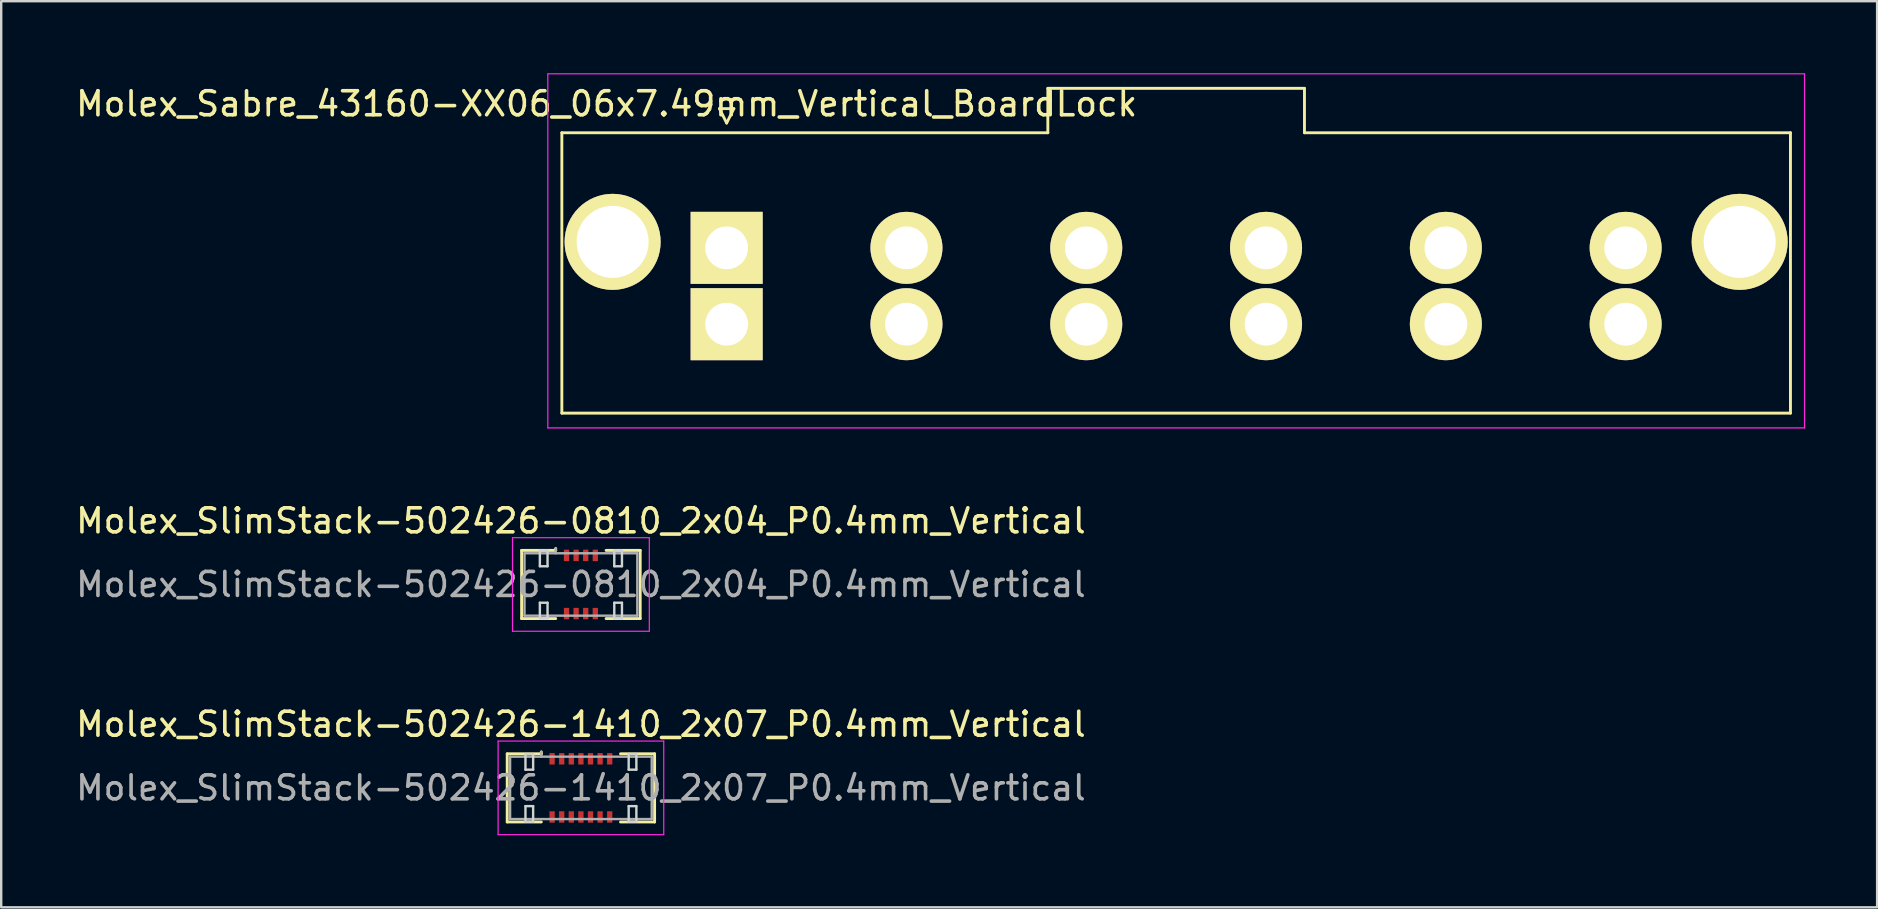
<source format=kicad_pcb>
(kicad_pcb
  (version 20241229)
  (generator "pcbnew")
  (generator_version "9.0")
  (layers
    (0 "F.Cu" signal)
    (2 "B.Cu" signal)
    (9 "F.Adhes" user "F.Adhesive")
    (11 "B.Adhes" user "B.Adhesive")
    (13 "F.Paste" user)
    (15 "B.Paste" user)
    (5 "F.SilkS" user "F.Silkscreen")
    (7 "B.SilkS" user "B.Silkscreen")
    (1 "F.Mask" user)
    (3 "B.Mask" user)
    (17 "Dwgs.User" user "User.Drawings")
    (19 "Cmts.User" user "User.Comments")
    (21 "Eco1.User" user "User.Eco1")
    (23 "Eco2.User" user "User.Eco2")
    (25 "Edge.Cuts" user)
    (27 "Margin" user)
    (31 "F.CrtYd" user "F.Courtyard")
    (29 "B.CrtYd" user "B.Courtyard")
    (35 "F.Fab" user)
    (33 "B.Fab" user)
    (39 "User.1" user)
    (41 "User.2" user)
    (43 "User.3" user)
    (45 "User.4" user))
  (footprint "Molex_SlimStack-502426-0810_2x04_P0.4mm_Vertical"
    (layer "F.Cu")
    (at 21.149 21.298)
    (property "Reference" "Molex_SlimStack-502426-0810_2x04_P0.4mm_Vertical" (at 0 -2.65 0) (layer "F.SilkS") (effects (font (size 1 1) (thickness 0.15))))
    (attr smd)
    (fp_line (start -2.47 -1.42) (end -1.05 -1.42) (stroke (width 0.12) (type solid)) (layer "F.SilkS"))
    (fp_line (start -2.47 1.42) (end -2.47 -1.42) (stroke (width 0.12) (type solid)) (layer "F.SilkS"))
    (fp_line (start -1.05 -1.42) (end -1.05 -1.5) (stroke (width 0.12) (type solid)) (layer "F.SilkS"))
    (fp_line (start -1.05 1.42) (end -2.47 1.42) (stroke (width 0.12) (type solid)) (layer "F.SilkS"))
    (fp_line (start 1.05 1.42) (end 2.47 1.42) (stroke (width 0.12) (type solid)) (layer "F.SilkS"))
    (fp_line (start 2.47 -1.42) (end 1.05 -1.42) (stroke (width 0.12) (type solid)) (layer "F.SilkS"))
    (fp_line (start 2.47 1.42) (end 2.47 -1.42) (stroke (width 0.12) (type solid)) (layer "F.SilkS"))
    (fp_line (start -1.71 -1.41) (end -1.71 -0.76) (stroke (width 0.1) (type solid)) (layer "Edge.Cuts"))
    (fp_line (start -1.71 -0.76) (end -1.39 -0.76) (stroke (width 0.1) (type solid)) (layer "Edge.Cuts"))
    (fp_line (start -1.71 0.76) (end -1.71 1.41) (stroke (width 0.1) (type solid)) (layer "Edge.Cuts"))
    (fp_line (start -1.71 1.41) (end -1.39 1.41) (stroke (width 0.1) (type solid)) (layer "Edge.Cuts"))
    (fp_line (start -1.39 -1.41) (end -1.71 -1.41) (stroke (width 0.1) (type solid)) (layer "Edge.Cuts"))
    (fp_line (start -1.39 -0.76) (end -1.39 -1.41) (stroke (width 0.1) (type solid)) (layer "Edge.Cuts"))
    (fp_line (start -1.39 0.76) (end -1.71 0.76) (stroke (width 0.1) (type solid)) (layer "Edge.Cuts"))
    (fp_line (start -1.39 1.41) (end -1.39 0.76) (stroke (width 0.1) (type solid)) (layer "Edge.Cuts"))
    (fp_line (start 1.39 -1.41) (end 1.39 -0.76) (stroke (width 0.1) (type solid)) (layer "Edge.Cuts"))
    (fp_line (start 1.39 -0.76) (end 1.71 -0.76) (stroke (width 0.1) (type solid)) (layer "Edge.Cuts"))
    (fp_line (start 1.39 0.76) (end 1.39 1.41) (stroke (width 0.1) (type solid)) (layer "Edge.Cuts"))
    (fp_line (start 1.39 1.41) (end 1.71 1.41) (stroke (width 0.1) (type solid)) (layer "Edge.Cuts"))
    (fp_line (start 1.71 -1.41) (end 1.39 -1.41) (stroke (width 0.1) (type solid)) (layer "Edge.Cuts"))
    (fp_line (start 1.71 -0.76) (end 1.71 -1.41) (stroke (width 0.1) (type solid)) (layer "Edge.Cuts"))
    (fp_line (start 1.71 0.76) (end 1.39 0.76) (stroke (width 0.1) (type solid)) (layer "Edge.Cuts"))
    (fp_line (start 1.71 1.41) (end 1.71 0.76) (stroke (width 0.1) (type solid)) (layer "Edge.Cuts"))
    (fp_line (start -2.85 -1.95) (end -2.85 1.95) (stroke (width 0.05) (type solid)) (layer "F.CrtYd"))
    (fp_line (start -2.85 1.95) (end 2.85 1.95) (stroke (width 0.05) (type solid)) (layer "F.CrtYd"))
    (fp_line (start 2.85 -1.95) (end -2.85 -1.95) (stroke (width 0.05) (type solid)) (layer "F.CrtYd"))
    (fp_line (start 2.85 1.95) (end 2.85 -1.95) (stroke (width 0.05) (type solid)) (layer "F.CrtYd"))
    (fp_line (start -2.35 -1.3) (end -2.35 1.3) (stroke (width 0.1) (type solid)) (layer "F.Fab"))
    (fp_line (start -2.35 1.3) (end 2.35 1.3) (stroke (width 0.1) (type solid)) (layer "F.Fab"))
    (fp_line (start -1.05 -1.3) (end -1.05 -1.5) (stroke (width 0.1) (type solid)) (layer "F.Fab"))
    (fp_line (start 2.35 -1.3) (end -2.35 -1.3) (stroke (width 0.1) (type solid)) (layer "F.Fab"))
    (fp_line (start 2.35 1.3) (end 2.35 -1.3) (stroke (width 0.1) (type solid)) (layer "F.Fab"))
    (fp_text user "${REFERENCE}" (at 0 0 0) (layer "F.Fab") (effects (font (size 1 1) (thickness 0.15))))
    (pad "1" smd rect (at 0.6 -1.212) (size 0.22 0.475) (layers "F.Cu" "F.Mask" "F.Paste"))
    (pad "2" smd rect (at 0.6 1.212) (size 0.22 0.475) (layers "F.Cu" "F.Mask" "F.Paste"))
    (pad "3" smd rect (at 0.2 -1.212) (size 0.22 0.475) (layers "F.Cu" "F.Mask" "F.Paste"))
    (pad "4" smd rect (at 0.2 1.212) (size 0.22 0.475) (layers "F.Cu" "F.Mask" "F.Paste"))
    (pad "5" smd rect (at -0.2 -1.212) (size 0.22 0.475) (layers "F.Cu" "F.Mask" "F.Paste"))
    (pad "6" smd rect (at -0.2 1.212) (size 0.22 0.475) (layers "F.Cu" "F.Mask" "F.Paste"))
    (pad "7" smd rect (at -0.6 -1.212) (size 0.22 0.475) (layers "F.Cu" "F.Mask" "F.Paste"))
    (pad "8" smd rect (at -0.6 1.212) (size 0.22 0.475) (layers "F.Cu" "F.Mask" "F.Paste")))
  (footprint "Molex_SlimStack-502426-1410_2x07_P0.4mm_Vertical"
    (layer "F.Cu")
    (at 21.149 29.771)
    (property "Reference" "Molex_SlimStack-502426-1410_2x07_P0.4mm_Vertical" (at 0 -2.65 0) (layer "F.SilkS") (effects (font (size 1 1) (thickness 0.15))))
    (attr smd)
    (fp_line (start -3.07 -1.42) (end -1.65 -1.42) (stroke (width 0.12) (type solid)) (layer "F.SilkS"))
    (fp_line (start -3.07 1.42) (end -3.07 -1.42) (stroke (width 0.12) (type solid)) (layer "F.SilkS"))
    (fp_line (start -1.65 -1.42) (end -1.65 -1.5) (stroke (width 0.12) (type solid)) (layer "F.SilkS"))
    (fp_line (start -1.65 1.42) (end -3.07 1.42) (stroke (width 0.12) (type solid)) (layer "F.SilkS"))
    (fp_line (start 1.65 1.42) (end 3.07 1.42) (stroke (width 0.12) (type solid)) (layer "F.SilkS"))
    (fp_line (start 3.07 -1.42) (end 1.65 -1.42) (stroke (width 0.12) (type solid)) (layer "F.SilkS"))
    (fp_line (start 3.07 1.42) (end 3.07 -1.42) (stroke (width 0.12) (type solid)) (layer "F.SilkS"))
    (fp_line (start -2.31 -1.41) (end -2.31 -0.76) (stroke (width 0.1) (type solid)) (layer "Edge.Cuts"))
    (fp_line (start -2.31 -0.76) (end -1.99 -0.76) (stroke (width 0.1) (type solid)) (layer "Edge.Cuts"))
    (fp_line (start -2.31 0.76) (end -2.31 1.41) (stroke (width 0.1) (type solid)) (layer "Edge.Cuts"))
    (fp_line (start -2.31 1.41) (end -1.99 1.41) (stroke (width 0.1) (type solid)) (layer "Edge.Cuts"))
    (fp_line (start -1.99 -1.41) (end -2.31 -1.41) (stroke (width 0.1) (type solid)) (layer "Edge.Cuts"))
    (fp_line (start -1.99 -0.76) (end -1.99 -1.41) (stroke (width 0.1) (type solid)) (layer "Edge.Cuts"))
    (fp_line (start -1.99 0.76) (end -2.31 0.76) (stroke (width 0.1) (type solid)) (layer "Edge.Cuts"))
    (fp_line (start -1.99 1.41) (end -1.99 0.76) (stroke (width 0.1) (type solid)) (layer "Edge.Cuts"))
    (fp_line (start 1.99 -1.41) (end 1.99 -0.76) (stroke (width 0.1) (type solid)) (layer "Edge.Cuts"))
    (fp_line (start 1.99 -0.76) (end 2.31 -0.76) (stroke (width 0.1) (type solid)) (layer "Edge.Cuts"))
    (fp_line (start 1.99 0.76) (end 1.99 1.41) (stroke (width 0.1) (type solid)) (layer "Edge.Cuts"))
    (fp_line (start 1.99 1.41) (end 2.31 1.41) (stroke (width 0.1) (type solid)) (layer "Edge.Cuts"))
    (fp_line (start 2.31 -1.41) (end 1.99 -1.41) (stroke (width 0.1) (type solid)) (layer "Edge.Cuts"))
    (fp_line (start 2.31 -0.76) (end 2.31 -1.41) (stroke (width 0.1) (type solid)) (layer "Edge.Cuts"))
    (fp_line (start 2.31 0.76) (end 1.99 0.76) (stroke (width 0.1) (type solid)) (layer "Edge.Cuts"))
    (fp_line (start 2.31 1.41) (end 2.31 0.76) (stroke (width 0.1) (type solid)) (layer "Edge.Cuts"))
    (fp_line (start -3.45 -1.95) (end -3.45 1.95) (stroke (width 0.05) (type solid)) (layer "F.CrtYd"))
    (fp_line (start -3.45 1.95) (end 3.45 1.95) (stroke (width 0.05) (type solid)) (layer "F.CrtYd"))
    (fp_line (start 3.45 -1.95) (end -3.45 -1.95) (stroke (width 0.05) (type solid)) (layer "F.CrtYd"))
    (fp_line (start 3.45 1.95) (end 3.45 -1.95) (stroke (width 0.05) (type solid)) (layer "F.CrtYd"))
    (fp_line (start -2.95 -1.3) (end -2.95 1.3) (stroke (width 0.1) (type solid)) (layer "F.Fab"))
    (fp_line (start -2.95 1.3) (end 2.95 1.3) (stroke (width 0.1) (type solid)) (layer "F.Fab"))
    (fp_line (start -1.65 -1.3) (end -1.65 -1.5) (stroke (width 0.1) (type solid)) (layer "F.Fab"))
    (fp_line (start 2.95 -1.3) (end -2.95 -1.3) (stroke (width 0.1) (type solid)) (layer "F.Fab"))
    (fp_line (start 2.95 1.3) (end 2.95 -1.3) (stroke (width 0.1) (type solid)) (layer "F.Fab"))
    (fp_text user "${REFERENCE}" (at 0 0 0) (layer "F.Fab") (effects (font (size 1 1) (thickness 0.15))))
    (pad "1" smd rect (at 1.2 -1.212) (size 0.22 0.475) (layers "F.Cu" "F.Mask" "F.Paste"))
    (pad "2" smd rect (at 1.2 1.212) (size 0.22 0.475) (layers "F.Cu" "F.Mask" "F.Paste"))
    (pad "3" smd rect (at 0.8 -1.212) (size 0.22 0.475) (layers "F.Cu" "F.Mask" "F.Paste"))
    (pad "4" smd rect (at 0.8 1.212) (size 0.22 0.475) (layers "F.Cu" "F.Mask" "F.Paste"))
    (pad "5" smd rect (at 0.4 -1.212) (size 0.22 0.475) (layers "F.Cu" "F.Mask" "F.Paste"))
    (pad "6" smd rect (at 0.4 1.212) (size 0.22 0.475) (layers "F.Cu" "F.Mask" "F.Paste"))
    (pad "7" smd rect (at 0 -1.212) (size 0.22 0.475) (layers "F.Cu" "F.Mask" "F.Paste"))
    (pad "8" smd rect (at 0 1.212) (size 0.22 0.475) (layers "F.Cu" "F.Mask" "F.Paste"))
    (pad "9" smd rect (at -0.4 -1.212) (size 0.22 0.475) (layers "F.Cu" "F.Mask" "F.Paste"))
    (pad "10" smd rect (at -0.4 1.212) (size 0.22 0.475) (layers "F.Cu" "F.Mask" "F.Paste"))
    (pad "11" smd rect (at -0.8 -1.212) (size 0.22 0.475) (layers "F.Cu" "F.Mask" "F.Paste"))
    (pad "12" smd rect (at -0.8 1.212) (size 0.22 0.475) (layers "F.Cu" "F.Mask" "F.Paste"))
    (pad "13" smd rect (at -1.2 -1.212) (size 0.22 0.475) (layers "F.Cu" "F.Mask" "F.Paste"))
    (pad "14" smd rect (at -1.2 1.212) (size 0.22 0.475) (layers "F.Cu" "F.Mask" "F.Paste")))
  (footprint "Molex_Sabre_43160-XX06_06x7.49mm_Vertical_BoardLock"
    (layer "F.Cu")
    (at 27.22 7.275)
    (property "Reference" "Molex_Sabre_43160-XX06_06x7.49mm_Vertical_BoardLock" (at -5 -6 0) (layer "F.SilkS") (effects (font (size 1 1) (thickness 0.15))))
    (attr through_hole)
    (fp_line (start -6.865 -4.795) (end 13.38 -4.795) (stroke (width 0.12) (type solid)) (layer "F.SilkS"))
    (fp_line (start -6.865 6.885) (end -6.865 -4.795) (stroke (width 0.12) (type solid)) (layer "F.SilkS"))
    (fp_line (start -0.3 -5.8) (end 0 -5.2) (stroke (width 0.12) (type solid)) (layer "F.SilkS"))
    (fp_line (start 0 -5.2) (end 0.3 -5.8) (stroke (width 0.12) (type solid)) (layer "F.SilkS"))
    (fp_line (start 0.3 -5.8) (end -0.3 -5.8) (stroke (width 0.12) (type solid)) (layer "F.SilkS"))
    (fp_line (start 13.38 -6.645) (end 24.07 -6.645) (stroke (width 0.12) (type solid)) (layer "F.SilkS"))
    (fp_line (start 13.38 -4.795) (end 13.38 -6.645) (stroke (width 0.12) (type solid)) (layer "F.SilkS"))
    (fp_line (start 24.07 -6.645) (end 24.07 -4.795) (stroke (width 0.12) (type solid)) (layer "F.SilkS"))
    (fp_line (start 24.07 -4.795) (end 44.315 -4.795) (stroke (width 0.12) (type solid)) (layer "F.SilkS"))
    (fp_line (start 44.315 -4.795) (end 44.315 6.885) (stroke (width 0.12) (type solid)) (layer "F.SilkS"))
    (fp_line (start 44.315 6.885) (end -6.865 6.885) (stroke (width 0.12) (type solid)) (layer "F.SilkS"))
    (fp_line (start -7.45 -7.25) (end -7.45 7.5) (stroke (width 0.05) (type solid)) (layer "F.CrtYd"))
    (fp_line (start -7.45 7.5) (end 44.9 7.5) (stroke (width 0.05) (type solid)) (layer "F.CrtYd"))
    (fp_line (start 44.9 -7.25) (end -7.45 -7.25) (stroke (width 0.05) (type solid)) (layer "F.CrtYd"))
    (fp_line (start 44.9 7.5) (end 44.9 -7.25) (stroke (width 0.05) (type solid)) (layer "F.CrtYd"))
    (pad "" thru_hole circle (at -4.75 -0.25) (size 4 4) (drill 3) (layers "*.Cu" "*.Mask" "F.SilkS"))
    (pad "" thru_hole circle (at 42.2 -0.25) (size 4 4) (drill 3) (layers "*.Cu" "*.Mask" "F.SilkS"))
    (pad "1" thru_hole rect (at 0 0) (size 3 3) (drill 1.78) (layers "*.Cu" "*.Mask" "F.SilkS"))
    (pad "1" thru_hole rect (at 0 3.18) (size 3 3) (drill 1.78) (layers "*.Cu" "*.Mask" "F.SilkS"))
    (pad "2" thru_hole circle (at 7.49 0) (size 3 3) (drill 1.78) (layers "*.Cu" "*.Mask" "F.SilkS"))
    (pad "2" thru_hole circle (at 7.49 3.18) (size 3 3) (drill 1.78) (layers "*.Cu" "*.Mask" "F.SilkS"))
    (pad "3" thru_hole circle (at 14.98 0) (size 3 3) (drill 1.78) (layers "*.Cu" "*.Mask" "F.SilkS"))
    (pad "3" thru_hole circle (at 14.98 3.18) (size 3 3) (drill 1.78) (layers "*.Cu" "*.Mask" "F.SilkS"))
    (pad "4" thru_hole circle (at 22.47 0) (size 3 3) (drill 1.78) (layers "*.Cu" "*.Mask" "F.SilkS"))
    (pad "4" thru_hole circle (at 22.47 3.18) (size 3 3) (drill 1.78) (layers "*.Cu" "*.Mask" "F.SilkS"))
    (pad "5" thru_hole circle (at 29.96 0) (size 3 3) (drill 1.78) (layers "*.Cu" "*.Mask" "F.SilkS"))
    (pad "5" thru_hole circle (at 29.96 3.18) (size 3 3) (drill 1.78) (layers "*.Cu" "*.Mask" "F.SilkS"))
    (pad "6" thru_hole circle (at 37.45 0) (size 3 3) (drill 1.78) (layers "*.Cu" "*.Mask" "F.SilkS"))
    (pad "6" thru_hole circle (at 37.45 3.18) (size 3 3) (drill 1.78) (layers "*.Cu" "*.Mask" "F.SilkS")))
  (gr_rect
    (start -3 -3)
    (end 75.145 34.746)
    (stroke (width 0.1) (type default))
    (fill no)
    (layer "Edge.Cuts")))
</source>
